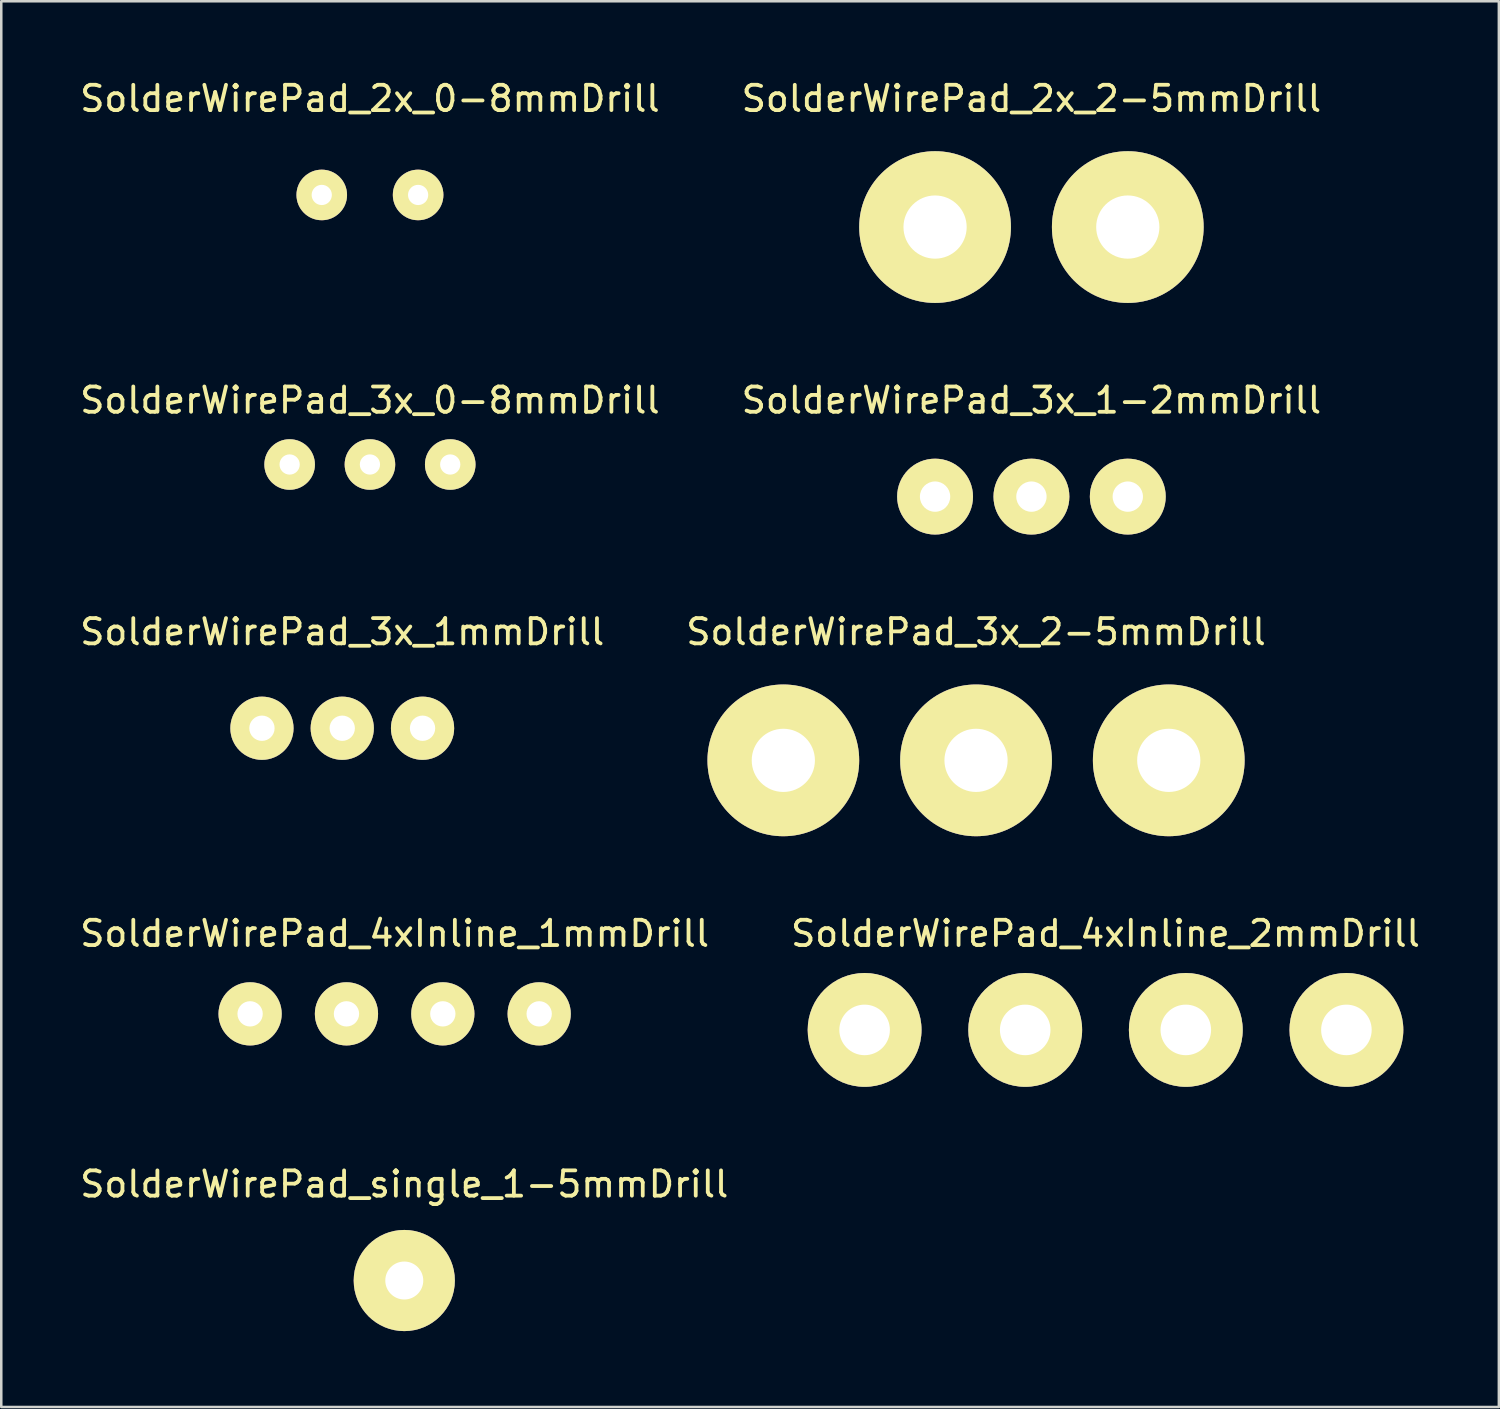
<source format=kicad_pcb>
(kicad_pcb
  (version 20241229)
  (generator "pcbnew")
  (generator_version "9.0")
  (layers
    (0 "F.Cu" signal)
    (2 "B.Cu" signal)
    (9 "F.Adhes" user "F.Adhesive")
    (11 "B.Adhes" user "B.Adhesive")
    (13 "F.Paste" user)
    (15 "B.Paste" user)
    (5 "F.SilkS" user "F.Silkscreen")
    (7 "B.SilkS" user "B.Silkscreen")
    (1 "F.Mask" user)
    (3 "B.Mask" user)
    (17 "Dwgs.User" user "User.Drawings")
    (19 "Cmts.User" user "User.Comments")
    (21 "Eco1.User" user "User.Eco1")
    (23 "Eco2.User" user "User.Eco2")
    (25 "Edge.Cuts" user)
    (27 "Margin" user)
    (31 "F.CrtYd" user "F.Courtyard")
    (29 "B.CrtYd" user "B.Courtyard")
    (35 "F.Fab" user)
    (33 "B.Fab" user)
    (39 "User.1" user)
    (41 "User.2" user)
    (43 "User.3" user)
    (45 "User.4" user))
  (footprint "SolderWirePad_4xInline_1mmDrill"
    (layer "F.Cu")
    (at 12.554 37.037)
    (property "Reference" "SolderWirePad_4xInline_1mmDrill" (at 0 -3.175 0) (layer "F.SilkS") (effects (font (size 1 1) (thickness 0.15))))
    (attr through_hole)
    (pad "1" thru_hole circle (at -5.715 0) (size 2.499 2.499) (drill 1.001) (layers "*.Cu" "*.Mask" "F.SilkS"))
    (pad "1" thru_hole circle (at -1.905 0) (size 2.499 2.499) (drill 1.001) (layers "*.Cu" "*.Mask" "F.SilkS"))
    (pad "1" thru_hole circle (at 1.905 0) (size 2.499 2.499) (drill 1.001) (layers "*.Cu" "*.Mask" "F.SilkS"))
    (pad "1" thru_hole circle (at 5.715 0) (size 2.499 2.499) (drill 1.001) (layers "*.Cu" "*.Mask" "F.SilkS")))
  (footprint "SolderWirePad_2x_2-5mmDrill"
    (layer "F.Cu")
    (at 37.732 5.928)
    (property "Reference" "SolderWirePad_2x_2-5mmDrill" (at 0 -5.08 0) (layer "F.SilkS") (effects (font (size 1 1) (thickness 0.15))))
    (attr through_hole)
    (pad "1" thru_hole circle (at -3.81 0) (size 5.999 5.999) (drill 2.499) (layers "*.Cu" "*.Mask" "F.SilkS"))
    (pad "1" thru_hole circle (at 3.81 0) (size 5.999 5.999) (drill 2.499) (layers "*.Cu" "*.Mask" "F.SilkS")))
  (footprint "SolderWirePad_3x_1mmDrill"
    (layer "F.Cu")
    (at 10.482 25.744)
    (property "Reference" "SolderWirePad_3x_1mmDrill" (at 0 -3.81 0) (layer "F.SilkS") (effects (font (size 1 1) (thickness 0.15))))
    (attr through_hole)
    (pad "1" thru_hole circle (at -3.175 0) (size 2.499 2.499) (drill 1.001) (layers "*.Cu" "*.Mask" "F.SilkS"))
    (pad "1" thru_hole circle (at 0 0) (size 2.499 2.499) (drill 1.001) (layers "*.Cu" "*.Mask" "F.SilkS"))
    (pad "1" thru_hole circle (at 3.175 0) (size 2.499 2.499) (drill 1.001) (layers "*.Cu" "*.Mask" "F.SilkS")))
  (footprint "SolderWirePad_3x_1-2mmDrill"
    (layer "F.Cu")
    (at 37.732 16.586)
    (property "Reference" "SolderWirePad_3x_1-2mmDrill" (at 0 -3.81 0) (layer "F.SilkS") (effects (font (size 1 1) (thickness 0.15))))
    (attr through_hole)
    (pad "1" thru_hole circle (at -3.81 0) (size 3 3) (drill 1.199) (layers "*.Cu" "*.Mask" "F.SilkS"))
    (pad "1" thru_hole circle (at 0 0) (size 3 3) (drill 1.199) (layers "*.Cu" "*.Mask" "F.SilkS"))
    (pad "1" thru_hole circle (at 3.81 0) (size 3 3) (drill 1.199) (layers "*.Cu" "*.Mask" "F.SilkS")))
  (footprint "SolderWirePad_2x_0-8mmDrill"
    (layer "F.Cu")
    (at 11.577 4.658)
    (property "Reference" "SolderWirePad_2x_0-8mmDrill" (at 0 -3.81 0) (layer "F.SilkS") (effects (font (size 1 1) (thickness 0.15))))
    (attr through_hole)
    (pad "1" thru_hole circle (at -1.905 0) (size 1.999 1.999) (drill 0.8) (layers "*.Cu" "*.Mask" "F.SilkS"))
    (pad "1" thru_hole circle (at 1.905 0) (size 1.999 1.999) (drill 0.8) (layers "*.Cu" "*.Mask" "F.SilkS")))
  (footprint "SolderWirePad_3x_2-5mmDrill"
    (layer "F.Cu")
    (at 35.542 27.014)
    (property "Reference" "SolderWirePad_3x_2-5mmDrill" (at 0 -5.08 0) (layer "F.SilkS") (effects (font (size 1 1) (thickness 0.15))))
    (attr through_hole)
    (pad "1" thru_hole circle (at -7.62 0) (size 5.999 5.999) (drill 2.499) (layers "*.Cu" "*.Mask" "F.SilkS"))
    (pad "1" thru_hole circle (at 0 0) (size 5.999 5.999) (drill 2.499) (layers "*.Cu" "*.Mask" "F.SilkS"))
    (pad "1" thru_hole circle (at 7.62 0) (size 5.999 5.999) (drill 2.499) (layers "*.Cu" "*.Mask" "F.SilkS")))
  (footprint "SolderWirePad_single_1-5mmDrill"
    (layer "F.Cu")
    (at 12.935 47.581)
    (property "Reference" "SolderWirePad_single_1-5mmDrill" (at 0 -3.81 0) (layer "F.SilkS") (effects (font (size 1 1) (thickness 0.15))))
    (attr through_hole)
    (pad "1" thru_hole circle (at 0 0) (size 4 4) (drill 1.501) (layers "*.Cu" "*.Mask" "F.SilkS")))
  (footprint "SolderWirePad_3x_0-8mmDrill"
    (layer "F.Cu")
    (at 11.577 15.316)
    (property "Reference" "SolderWirePad_3x_0-8mmDrill" (at 0 -2.54 0) (layer "F.SilkS") (effects (font (size 1 1) (thickness 0.15))))
    (attr through_hole)
    (pad "1" thru_hole circle (at -3.175 0) (size 1.999 1.999) (drill 0.8) (layers "*.Cu" "*.Mask" "F.SilkS"))
    (pad "1" thru_hole circle (at 0 0) (size 1.999 1.999) (drill 0.8) (layers "*.Cu" "*.Mask" "F.SilkS"))
    (pad "1" thru_hole circle (at 3.175 0) (size 1.999 1.999) (drill 0.8) (layers "*.Cu" "*.Mask" "F.SilkS")))
  (footprint "SolderWirePad_4xInline_2mmDrill"
    (layer "F.Cu")
    (at 40.661 37.672)
    (property "Reference" "SolderWirePad_4xInline_2mmDrill" (at 0 -3.81 0) (layer "F.SilkS") (effects (font (size 1 1) (thickness 0.15))))
    (attr through_hole)
    (pad "1" thru_hole circle (at -9.525 0) (size 4.501 4.501) (drill 1.999) (layers "*.Cu" "*.Mask" "F.SilkS"))
    (pad "1" thru_hole circle (at -3.175 0) (size 4.501 4.501) (drill 1.999) (layers "*.Cu" "*.Mask" "F.SilkS"))
    (pad "1" thru_hole circle (at 3.175 0) (size 4.501 4.501) (drill 1.999) (layers "*.Cu" "*.Mask" "F.SilkS"))
    (pad "1" thru_hole circle (at 9.525 0) (size 4.501 4.501) (drill 1.999) (layers "*.Cu" "*.Mask" "F.SilkS")))
  (gr_rect
    (start -3 -3)
    (end 56.214 52.581)
    (stroke (width 0.1) (type default))
    (fill no)
    (layer "Edge.Cuts")))
</source>
